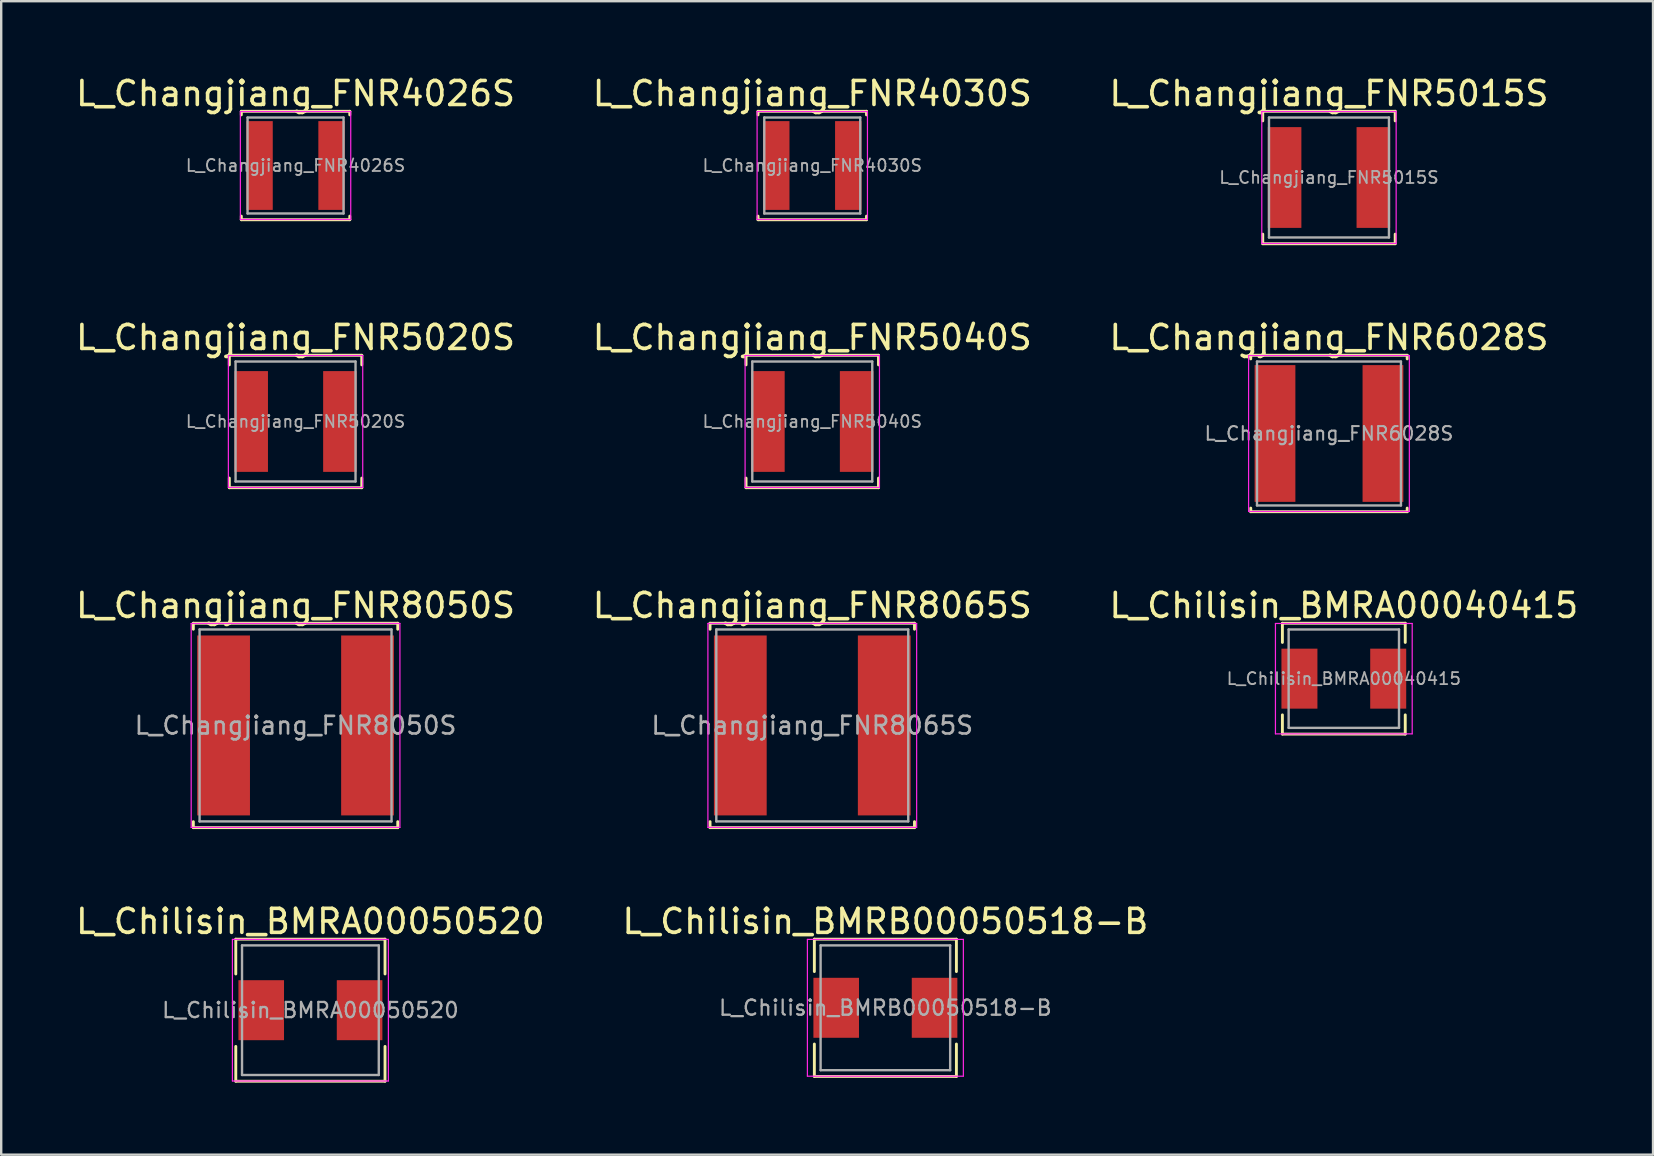
<source format=kicad_pcb>
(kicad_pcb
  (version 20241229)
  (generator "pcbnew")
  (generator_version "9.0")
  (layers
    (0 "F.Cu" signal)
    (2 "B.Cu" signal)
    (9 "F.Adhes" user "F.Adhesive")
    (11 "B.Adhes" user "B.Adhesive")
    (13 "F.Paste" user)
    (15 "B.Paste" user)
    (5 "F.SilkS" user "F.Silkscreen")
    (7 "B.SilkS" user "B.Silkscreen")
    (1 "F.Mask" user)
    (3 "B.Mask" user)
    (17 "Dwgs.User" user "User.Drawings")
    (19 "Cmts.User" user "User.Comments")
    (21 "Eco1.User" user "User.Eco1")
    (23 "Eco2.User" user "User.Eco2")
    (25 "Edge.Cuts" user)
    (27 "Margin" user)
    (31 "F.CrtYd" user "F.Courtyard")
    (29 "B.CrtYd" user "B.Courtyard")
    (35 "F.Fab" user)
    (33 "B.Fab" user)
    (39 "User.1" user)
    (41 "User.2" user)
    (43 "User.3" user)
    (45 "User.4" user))
  (footprint "L_Chilisin_BMRA00050520"
    (layer "F.Cu")
    (at 9.887 39.053)
    (property "Reference" "L_Chilisin_BMRA00050520" (at 0 -3.7 0) (layer "F.SilkS") (effects (font (size 1 1) (thickness 0.15))))
    (attr smd)
    (fp_line (start -3.11 -2.96) (end -3.11 -1.51) (stroke (width 0.12) (type solid)) (layer "F.SilkS"))
    (fp_line (start -3.11 -2.96) (end 3.11 -2.96) (stroke (width 0.12) (type solid)) (layer "F.SilkS"))
    (fp_line (start -3.11 2.96) (end -3.11 1.51) (stroke (width 0.12) (type solid)) (layer "F.SilkS"))
    (fp_line (start -3.11 2.96) (end 3.11 2.96) (stroke (width 0.12) (type solid)) (layer "F.SilkS"))
    (fp_line (start 3.11 -2.96) (end 3.11 -1.51) (stroke (width 0.12) (type solid)) (layer "F.SilkS"))
    (fp_line (start 3.11 2.96) (end 3.11 1.51) (stroke (width 0.12) (type solid)) (layer "F.SilkS"))
    (fp_line (start -3.25 -2.95) (end -3.25 2.95) (stroke (width 0.05) (type solid)) (layer "F.CrtYd"))
    (fp_line (start -3.25 2.95) (end 3.25 2.95) (stroke (width 0.05) (type solid)) (layer "F.CrtYd"))
    (fp_line (start 3.25 -2.95) (end -3.25 -2.95) (stroke (width 0.05) (type solid)) (layer "F.CrtYd"))
    (fp_line (start 3.25 2.95) (end 3.25 -2.95) (stroke (width 0.05) (type solid)) (layer "F.CrtYd"))
    (fp_line (start -2.85 -2.7) (end -2.85 2.7) (stroke (width 0.1) (type solid)) (layer "F.Fab"))
    (fp_line (start -2.85 2.7) (end 2.85 2.7) (stroke (width 0.1) (type solid)) (layer "F.Fab"))
    (fp_line (start 2.85 -2.7) (end -2.85 -2.7) (stroke (width 0.1) (type solid)) (layer "F.Fab"))
    (fp_line (start 2.85 2.7) (end 2.85 -2.7) (stroke (width 0.1) (type solid)) (layer "F.Fab"))
    (fp_text user "${REFERENCE}" (at 0 0 0) (layer "F.Fab") (effects (font (size 0.633 0.633) (thickness 0.095))))
    (pad "1" smd rect (at -2.05 0) (size 1.9 2.5) (layers "F.Cu" "F.Mask" "F.Paste"))
    (pad "2" smd rect (at 2.05 0) (size 1.9 2.5) (layers "F.Cu" "F.Mask" "F.Paste")))
  (footprint "L_Changjiang_FNR8065S"
    (layer "F.Cu")
    (at 30.804 27.185)
    (property "Reference" "L_Changjiang_FNR8065S" (at 0 -5 0) (layer "F.SilkS") (effects (font (size 1 1) (thickness 0.15))))
    (attr smd)
    (fp_line (start -4.26 -4.26) (end -4.26 -4.01) (stroke (width 0.12) (type solid)) (layer "F.SilkS"))
    (fp_line (start -4.26 -4.26) (end 4.26 -4.26) (stroke (width 0.12) (type solid)) (layer "F.SilkS"))
    (fp_line (start -4.26 4.26) (end -4.26 4.01) (stroke (width 0.12) (type solid)) (layer "F.SilkS"))
    (fp_line (start -4.26 4.26) (end 4.26 4.26) (stroke (width 0.12) (type solid)) (layer "F.SilkS"))
    (fp_line (start 4.26 -4.26) (end 4.26 -4.01) (stroke (width 0.12) (type solid)) (layer "F.SilkS"))
    (fp_line (start 4.26 4.26) (end 4.26 4.01) (stroke (width 0.12) (type solid)) (layer "F.SilkS"))
    (fp_line (start -4.35 -4.25) (end -4.35 4.25) (stroke (width 0.05) (type solid)) (layer "F.CrtYd"))
    (fp_line (start -4.35 4.25) (end 4.35 4.25) (stroke (width 0.05) (type solid)) (layer "F.CrtYd"))
    (fp_line (start 4.35 -4.25) (end -4.35 -4.25) (stroke (width 0.05) (type solid)) (layer "F.CrtYd"))
    (fp_line (start 4.35 4.25) (end 4.35 -4.25) (stroke (width 0.05) (type solid)) (layer "F.CrtYd"))
    (fp_line (start -4 -4) (end -4 4) (stroke (width 0.1) (type solid)) (layer "F.Fab"))
    (fp_line (start -4 4) (end 4 4) (stroke (width 0.1) (type solid)) (layer "F.Fab"))
    (fp_line (start 4 -4) (end -4 -4) (stroke (width 0.1) (type solid)) (layer "F.Fab"))
    (fp_line (start 4 4) (end 4 -4) (stroke (width 0.1) (type solid)) (layer "F.Fab"))
    (fp_text user "${REFERENCE}" (at 0 0 0) (layer "F.Fab") (effects (font (size 0.733 0.733) (thickness 0.11))))
    (pad "1" smd rect (at -3 0) (size 2.2 7.5) (layers "F.Cu" "F.Mask" "F.Paste"))
    (pad "2" smd rect (at 3 0) (size 2.2 7.5) (layers "F.Cu" "F.Mask" "F.Paste")))
  (footprint "L_Changjiang_FNR5040S"
    (layer "F.Cu")
    (at 30.804 14.517)
    (property "Reference" "L_Changjiang_FNR5040S" (at 0 -3.5 0) (layer "F.SilkS") (effects (font (size 1 1) (thickness 0.15))))
    (attr smd)
    (fp_line (start -2.76 -2.76) (end -2.76 -2.36) (stroke (width 0.12) (type solid)) (layer "F.SilkS"))
    (fp_line (start -2.76 -2.76) (end 2.76 -2.76) (stroke (width 0.12) (type solid)) (layer "F.SilkS"))
    (fp_line (start -2.76 2.76) (end -2.76 2.36) (stroke (width 0.12) (type solid)) (layer "F.SilkS"))
    (fp_line (start -2.76 2.76) (end 2.76 2.76) (stroke (width 0.12) (type solid)) (layer "F.SilkS"))
    (fp_line (start 2.76 -2.76) (end 2.76 -2.36) (stroke (width 0.12) (type solid)) (layer "F.SilkS"))
    (fp_line (start 2.76 2.76) (end 2.76 2.36) (stroke (width 0.12) (type solid)) (layer "F.SilkS"))
    (fp_line (start -2.8 -2.75) (end -2.8 2.75) (stroke (width 0.05) (type solid)) (layer "F.CrtYd"))
    (fp_line (start -2.8 2.75) (end 2.8 2.75) (stroke (width 0.05) (type solid)) (layer "F.CrtYd"))
    (fp_line (start 2.8 -2.75) (end -2.8 -2.75) (stroke (width 0.05) (type solid)) (layer "F.CrtYd"))
    (fp_line (start 2.8 2.75) (end 2.8 -2.75) (stroke (width 0.05) (type solid)) (layer "F.CrtYd"))
    (fp_line (start -2.5 -2.5) (end -2.5 2.5) (stroke (width 0.1) (type solid)) (layer "F.Fab"))
    (fp_line (start -2.5 2.5) (end 2.5 2.5) (stroke (width 0.1) (type solid)) (layer "F.Fab"))
    (fp_line (start 2.5 -2.5) (end -2.5 -2.5) (stroke (width 0.1) (type solid)) (layer "F.Fab"))
    (fp_line (start 2.5 2.5) (end 2.5 -2.5) (stroke (width 0.1) (type solid)) (layer "F.Fab"))
    (fp_text user "${REFERENCE}" (at 0 0 0) (layer "F.Fab") (effects (font (size 0.5 0.5) (thickness 0.075))))
    (pad "1" smd rect (at -1.85 0) (size 1.4 4.2) (layers "F.Cu" "F.Mask" "F.Paste"))
    (pad "2" smd rect (at 1.85 0) (size 1.4 4.2) (layers "F.Cu" "F.Mask" "F.Paste")))
  (footprint "L_Chilisin_BMRA00040415"
    (layer "F.Cu")
    (at 52.958 25.235)
    (property "Reference" "L_Chilisin_BMRA00040415" (at 0 -3.05 0) (layer "F.SilkS") (effects (font (size 1 1) (thickness 0.15))))
    (attr smd)
    (fp_line (start -2.56 -2.31) (end -2.56 -1.51) (stroke (width 0.12) (type solid)) (layer "F.SilkS"))
    (fp_line (start -2.56 -2.31) (end 2.56 -2.31) (stroke (width 0.12) (type solid)) (layer "F.SilkS"))
    (fp_line (start -2.56 2.31) (end -2.56 1.51) (stroke (width 0.12) (type solid)) (layer "F.SilkS"))
    (fp_line (start -2.56 2.31) (end 2.56 2.31) (stroke (width 0.12) (type solid)) (layer "F.SilkS"))
    (fp_line (start 2.56 -2.31) (end 2.56 -1.51) (stroke (width 0.12) (type solid)) (layer "F.SilkS"))
    (fp_line (start 2.56 2.31) (end 2.56 1.51) (stroke (width 0.12) (type solid)) (layer "F.SilkS"))
    (fp_line (start -2.85 -2.3) (end -2.85 2.3) (stroke (width 0.05) (type solid)) (layer "F.CrtYd"))
    (fp_line (start -2.85 2.3) (end 2.85 2.3) (stroke (width 0.05) (type solid)) (layer "F.CrtYd"))
    (fp_line (start 2.85 -2.3) (end -2.85 -2.3) (stroke (width 0.05) (type solid)) (layer "F.CrtYd"))
    (fp_line (start 2.85 2.3) (end 2.85 -2.3) (stroke (width 0.05) (type solid)) (layer "F.CrtYd"))
    (fp_line (start -2.3 -2.05) (end -2.3 2.05) (stroke (width 0.1) (type solid)) (layer "F.Fab"))
    (fp_line (start -2.3 2.05) (end 2.3 2.05) (stroke (width 0.1) (type solid)) (layer "F.Fab"))
    (fp_line (start 2.3 -2.05) (end -2.3 -2.05) (stroke (width 0.1) (type solid)) (layer "F.Fab"))
    (fp_line (start 2.3 2.05) (end 2.3 -2.05) (stroke (width 0.1) (type solid)) (layer "F.Fab"))
    (fp_text user "${REFERENCE}" (at 0 0 0) (layer "F.Fab") (effects (font (size 0.5 0.5) (thickness 0.075))))
    (pad "1" smd rect (at -1.85 0) (size 1.5 2.5) (layers "F.Cu" "F.Mask" "F.Paste"))
    (pad "2" smd rect (at 1.85 0) (size 1.5 2.5) (layers "F.Cu" "F.Mask" "F.Paste")))
  (footprint "L_Chilisin_BMRB00050518-B"
    (layer "F.Cu")
    (at 33.851 38.953)
    (property "Reference" "L_Chilisin_BMRB00050518-B" (at 0 -3.6 0) (layer "F.SilkS") (effects (font (size 1 1) (thickness 0.15))))
    (attr smd)
    (fp_line (start -2.96 -2.86) (end -2.96 -1.51) (stroke (width 0.12) (type solid)) (layer "F.SilkS"))
    (fp_line (start -2.96 -2.86) (end 2.96 -2.86) (stroke (width 0.12) (type solid)) (layer "F.SilkS"))
    (fp_line (start -2.96 2.86) (end -2.96 1.51) (stroke (width 0.12) (type solid)) (layer "F.SilkS"))
    (fp_line (start -2.96 2.86) (end 2.96 2.86) (stroke (width 0.12) (type solid)) (layer "F.SilkS"))
    (fp_line (start 2.96 -2.86) (end 2.96 -1.51) (stroke (width 0.12) (type solid)) (layer "F.SilkS"))
    (fp_line (start 2.96 2.86) (end 2.96 1.51) (stroke (width 0.12) (type solid)) (layer "F.SilkS"))
    (fp_line (start -3.25 -2.85) (end -3.25 2.85) (stroke (width 0.05) (type solid)) (layer "F.CrtYd"))
    (fp_line (start -3.25 2.85) (end 3.25 2.85) (stroke (width 0.05) (type solid)) (layer "F.CrtYd"))
    (fp_line (start 3.25 -2.85) (end -3.25 -2.85) (stroke (width 0.05) (type solid)) (layer "F.CrtYd"))
    (fp_line (start 3.25 2.85) (end 3.25 -2.85) (stroke (width 0.05) (type solid)) (layer "F.CrtYd"))
    (fp_line (start -2.7 -2.6) (end -2.7 2.6) (stroke (width 0.1) (type solid)) (layer "F.Fab"))
    (fp_line (start -2.7 2.6) (end 2.7 2.6) (stroke (width 0.1) (type solid)) (layer "F.Fab"))
    (fp_line (start 2.7 -2.6) (end -2.7 -2.6) (stroke (width 0.1) (type solid)) (layer "F.Fab"))
    (fp_line (start 2.7 2.6) (end 2.7 -2.6) (stroke (width 0.1) (type solid)) (layer "F.Fab"))
    (fp_text user "${REFERENCE}" (at 0 0 0) (layer "F.Fab") (effects (font (size 0.633 0.633) (thickness 0.095))))
    (pad "1" smd rect (at -2.05 0) (size 1.9 2.5) (layers "F.Cu" "F.Mask" "F.Paste"))
    (pad "2" smd rect (at 2.05 0) (size 1.9 2.5) (layers "F.Cu" "F.Mask" "F.Paste")))
  (footprint "L_Changjiang_FNR8050S"
    (layer "F.Cu")
    (at 9.268 27.185)
    (property "Reference" "L_Changjiang_FNR8050S" (at 0 -5 0) (layer "F.SilkS") (effects (font (size 1 1) (thickness 0.15))))
    (attr smd)
    (fp_line (start -4.26 -4.26) (end -4.26 -4.01) (stroke (width 0.12) (type solid)) (layer "F.SilkS"))
    (fp_line (start -4.26 -4.26) (end 4.26 -4.26) (stroke (width 0.12) (type solid)) (layer "F.SilkS"))
    (fp_line (start -4.26 4.26) (end -4.26 4.01) (stroke (width 0.12) (type solid)) (layer "F.SilkS"))
    (fp_line (start -4.26 4.26) (end 4.26 4.26) (stroke (width 0.12) (type solid)) (layer "F.SilkS"))
    (fp_line (start 4.26 -4.26) (end 4.26 -4.01) (stroke (width 0.12) (type solid)) (layer "F.SilkS"))
    (fp_line (start 4.26 4.26) (end 4.26 4.01) (stroke (width 0.12) (type solid)) (layer "F.SilkS"))
    (fp_line (start -4.35 -4.25) (end -4.35 4.25) (stroke (width 0.05) (type solid)) (layer "F.CrtYd"))
    (fp_line (start -4.35 4.25) (end 4.35 4.25) (stroke (width 0.05) (type solid)) (layer "F.CrtYd"))
    (fp_line (start 4.35 -4.25) (end -4.35 -4.25) (stroke (width 0.05) (type solid)) (layer "F.CrtYd"))
    (fp_line (start 4.35 4.25) (end 4.35 -4.25) (stroke (width 0.05) (type solid)) (layer "F.CrtYd"))
    (fp_line (start -4 -4) (end -4 4) (stroke (width 0.1) (type solid)) (layer "F.Fab"))
    (fp_line (start -4 4) (end 4 4) (stroke (width 0.1) (type solid)) (layer "F.Fab"))
    (fp_line (start 4 -4) (end -4 -4) (stroke (width 0.1) (type solid)) (layer "F.Fab"))
    (fp_line (start 4 4) (end 4 -4) (stroke (width 0.1) (type solid)) (layer "F.Fab"))
    (fp_text user "${REFERENCE}" (at 0 0 0) (layer "F.Fab") (effects (font (size 0.733 0.733) (thickness 0.11))))
    (pad "1" smd rect (at -3 0) (size 2.2 7.5) (layers "F.Cu" "F.Mask" "F.Paste"))
    (pad "2" smd rect (at 3 0) (size 2.2 7.5) (layers "F.Cu" "F.Mask" "F.Paste")))
  (footprint "L_Changjiang_FNR4026S"
    (layer "F.Cu")
    (at 9.268 3.848)
    (property "Reference" "L_Changjiang_FNR4026S" (at 0 -3 0) (layer "F.SilkS") (effects (font (size 1 1) (thickness 0.15))))
    (attr smd)
    (fp_line (start -2.26 -2.26) (end -2.26 -2.11) (stroke (width 0.12) (type solid)) (layer "F.SilkS"))
    (fp_line (start -2.26 -2.26) (end 2.26 -2.26) (stroke (width 0.12) (type solid)) (layer "F.SilkS"))
    (fp_line (start -2.26 2.26) (end -2.26 2.11) (stroke (width 0.12) (type solid)) (layer "F.SilkS"))
    (fp_line (start -2.26 2.26) (end 2.26 2.26) (stroke (width 0.12) (type solid)) (layer "F.SilkS"))
    (fp_line (start 2.26 -2.26) (end 2.26 -2.11) (stroke (width 0.12) (type solid)) (layer "F.SilkS"))
    (fp_line (start 2.26 2.26) (end 2.26 2.11) (stroke (width 0.12) (type solid)) (layer "F.SilkS"))
    (fp_line (start -2.3 -2.25) (end -2.3 2.25) (stroke (width 0.05) (type solid)) (layer "F.CrtYd"))
    (fp_line (start -2.3 2.25) (end 2.3 2.25) (stroke (width 0.05) (type solid)) (layer "F.CrtYd"))
    (fp_line (start 2.3 -2.25) (end -2.3 -2.25) (stroke (width 0.05) (type solid)) (layer "F.CrtYd"))
    (fp_line (start 2.3 2.25) (end 2.3 -2.25) (stroke (width 0.05) (type solid)) (layer "F.CrtYd"))
    (fp_line (start -2 -2) (end -2 2) (stroke (width 0.1) (type solid)) (layer "F.Fab"))
    (fp_line (start -2 2) (end 2 2) (stroke (width 0.1) (type solid)) (layer "F.Fab"))
    (fp_line (start 2 -2) (end -2 -2) (stroke (width 0.1) (type solid)) (layer "F.Fab"))
    (fp_line (start 2 2) (end 2 -2) (stroke (width 0.1) (type solid)) (layer "F.Fab"))
    (fp_text user "${REFERENCE}" (at 0 0 0) (layer "F.Fab") (effects (font (size 0.5 0.5) (thickness 0.075))))
    (pad "1" smd rect (at -1.5 0) (size 1.1 3.7) (layers "F.Cu" "F.Mask" "F.Paste"))
    (pad "2" smd rect (at 1.5 0) (size 1.1 3.7) (layers "F.Cu" "F.Mask" "F.Paste")))
  (footprint "L_Changjiang_FNR5015S"
    (layer "F.Cu")
    (at 52.339 4.348)
    (property "Reference" "L_Changjiang_FNR5015S" (at 0 -3.5 0) (layer "F.SilkS") (effects (font (size 1 1) (thickness 0.15))))
    (attr smd)
    (fp_line (start -2.76 -2.76) (end -2.76 -2.36) (stroke (width 0.12) (type solid)) (layer "F.SilkS"))
    (fp_line (start -2.76 -2.76) (end 2.76 -2.76) (stroke (width 0.12) (type solid)) (layer "F.SilkS"))
    (fp_line (start -2.76 2.76) (end -2.76 2.36) (stroke (width 0.12) (type solid)) (layer "F.SilkS"))
    (fp_line (start -2.76 2.76) (end 2.76 2.76) (stroke (width 0.12) (type solid)) (layer "F.SilkS"))
    (fp_line (start 2.76 -2.76) (end 2.76 -2.36) (stroke (width 0.12) (type solid)) (layer "F.SilkS"))
    (fp_line (start 2.76 2.76) (end 2.76 2.36) (stroke (width 0.12) (type solid)) (layer "F.SilkS"))
    (fp_line (start -2.8 -2.75) (end -2.8 2.75) (stroke (width 0.05) (type solid)) (layer "F.CrtYd"))
    (fp_line (start -2.8 2.75) (end 2.8 2.75) (stroke (width 0.05) (type solid)) (layer "F.CrtYd"))
    (fp_line (start 2.8 -2.75) (end -2.8 -2.75) (stroke (width 0.05) (type solid)) (layer "F.CrtYd"))
    (fp_line (start 2.8 2.75) (end 2.8 -2.75) (stroke (width 0.05) (type solid)) (layer "F.CrtYd"))
    (fp_line (start -2.5 -2.5) (end -2.5 2.5) (stroke (width 0.1) (type solid)) (layer "F.Fab"))
    (fp_line (start -2.5 2.5) (end 2.5 2.5) (stroke (width 0.1) (type solid)) (layer "F.Fab"))
    (fp_line (start 2.5 -2.5) (end -2.5 -2.5) (stroke (width 0.1) (type solid)) (layer "F.Fab"))
    (fp_line (start 2.5 2.5) (end 2.5 -2.5) (stroke (width 0.1) (type solid)) (layer "F.Fab"))
    (fp_text user "${REFERENCE}" (at 0 0 0) (layer "F.Fab") (effects (font (size 0.5 0.5) (thickness 0.075))))
    (pad "1" smd rect (at -1.85 0) (size 1.4 4.2) (layers "F.Cu" "F.Mask" "F.Paste"))
    (pad "2" smd rect (at 1.85 0) (size 1.4 4.2) (layers "F.Cu" "F.Mask" "F.Paste")))
  (footprint "L_Changjiang_FNR4030S"
    (layer "F.Cu")
    (at 30.804 3.848)
    (property "Reference" "L_Changjiang_FNR4030S" (at 0 -3 0) (layer "F.SilkS") (effects (font (size 1 1) (thickness 0.15))))
    (attr smd)
    (fp_line (start -2.26 -2.26) (end -2.26 -2.11) (stroke (width 0.12) (type solid)) (layer "F.SilkS"))
    (fp_line (start -2.26 -2.26) (end 2.26 -2.26) (stroke (width 0.12) (type solid)) (layer "F.SilkS"))
    (fp_line (start -2.26 2.26) (end -2.26 2.11) (stroke (width 0.12) (type solid)) (layer "F.SilkS"))
    (fp_line (start -2.26 2.26) (end 2.26 2.26) (stroke (width 0.12) (type solid)) (layer "F.SilkS"))
    (fp_line (start 2.26 -2.26) (end 2.26 -2.11) (stroke (width 0.12) (type solid)) (layer "F.SilkS"))
    (fp_line (start 2.26 2.26) (end 2.26 2.11) (stroke (width 0.12) (type solid)) (layer "F.SilkS"))
    (fp_line (start -2.3 -2.25) (end -2.3 2.25) (stroke (width 0.05) (type solid)) (layer "F.CrtYd"))
    (fp_line (start -2.3 2.25) (end 2.3 2.25) (stroke (width 0.05) (type solid)) (layer "F.CrtYd"))
    (fp_line (start 2.3 -2.25) (end -2.3 -2.25) (stroke (width 0.05) (type solid)) (layer "F.CrtYd"))
    (fp_line (start 2.3 2.25) (end 2.3 -2.25) (stroke (width 0.05) (type solid)) (layer "F.CrtYd"))
    (fp_line (start -2 -2) (end -2 2) (stroke (width 0.1) (type solid)) (layer "F.Fab"))
    (fp_line (start -2 2) (end 2 2) (stroke (width 0.1) (type solid)) (layer "F.Fab"))
    (fp_line (start 2 -2) (end -2 -2) (stroke (width 0.1) (type solid)) (layer "F.Fab"))
    (fp_line (start 2 2) (end 2 -2) (stroke (width 0.1) (type solid)) (layer "F.Fab"))
    (fp_text user "${REFERENCE}" (at 0 0 0) (layer "F.Fab") (effects (font (size 0.5 0.5) (thickness 0.075))))
    (pad "1" smd rect (at -1.5 0) (size 1.1 3.7) (layers "F.Cu" "F.Mask" "F.Paste"))
    (pad "2" smd rect (at 1.5 0) (size 1.1 3.7) (layers "F.Cu" "F.Mask" "F.Paste")))
  (footprint "L_Changjiang_FNR6028S"
    (layer "F.Cu")
    (at 52.339 15.017)
    (property "Reference" "L_Changjiang_FNR6028S" (at 0 -4 0) (layer "F.SilkS") (effects (font (size 1 1) (thickness 0.15))))
    (attr smd)
    (fp_line (start -3.26 -3.26) (end -3.26 -3.11) (stroke (width 0.12) (type solid)) (layer "F.SilkS"))
    (fp_line (start -3.26 -3.26) (end 3.26 -3.26) (stroke (width 0.12) (type solid)) (layer "F.SilkS"))
    (fp_line (start -3.26 3.26) (end -3.26 3.11) (stroke (width 0.12) (type solid)) (layer "F.SilkS"))
    (fp_line (start -3.26 3.26) (end 3.26 3.26) (stroke (width 0.12) (type solid)) (layer "F.SilkS"))
    (fp_line (start 3.26 -3.26) (end 3.26 -3.11) (stroke (width 0.12) (type solid)) (layer "F.SilkS"))
    (fp_line (start 3.26 3.26) (end 3.26 3.11) (stroke (width 0.12) (type solid)) (layer "F.SilkS"))
    (fp_line (start -3.35 -3.25) (end -3.35 3.25) (stroke (width 0.05) (type solid)) (layer "F.CrtYd"))
    (fp_line (start -3.35 3.25) (end 3.35 3.25) (stroke (width 0.05) (type solid)) (layer "F.CrtYd"))
    (fp_line (start 3.35 -3.25) (end -3.35 -3.25) (stroke (width 0.05) (type solid)) (layer "F.CrtYd"))
    (fp_line (start 3.35 3.25) (end 3.35 -3.25) (stroke (width 0.05) (type solid)) (layer "F.CrtYd"))
    (fp_line (start -3 -3) (end -3 3) (stroke (width 0.1) (type solid)) (layer "F.Fab"))
    (fp_line (start -3 3) (end 3 3) (stroke (width 0.1) (type solid)) (layer "F.Fab"))
    (fp_line (start 3 -3) (end -3 -3) (stroke (width 0.1) (type solid)) (layer "F.Fab"))
    (fp_line (start 3 3) (end 3 -3) (stroke (width 0.1) (type solid)) (layer "F.Fab"))
    (fp_text user "${REFERENCE}" (at 0 0 0) (layer "F.Fab") (effects (font (size 0.567 0.567) (thickness 0.085))))
    (pad "1" smd rect (at -2.25 0) (size 1.7 5.7) (layers "F.Cu" "F.Mask" "F.Paste"))
    (pad "2" smd rect (at 2.25 0) (size 1.7 5.7) (layers "F.Cu" "F.Mask" "F.Paste")))
  (footprint "L_Changjiang_FNR5020S"
    (layer "F.Cu")
    (at 9.268 14.517)
    (property "Reference" "L_Changjiang_FNR5020S" (at 0 -3.5 0) (layer "F.SilkS") (effects (font (size 1 1) (thickness 0.15))))
    (attr smd)
    (fp_line (start -2.76 -2.76) (end -2.76 -2.36) (stroke (width 0.12) (type solid)) (layer "F.SilkS"))
    (fp_line (start -2.76 -2.76) (end 2.76 -2.76) (stroke (width 0.12) (type solid)) (layer "F.SilkS"))
    (fp_line (start -2.76 2.76) (end -2.76 2.36) (stroke (width 0.12) (type solid)) (layer "F.SilkS"))
    (fp_line (start -2.76 2.76) (end 2.76 2.76) (stroke (width 0.12) (type solid)) (layer "F.SilkS"))
    (fp_line (start 2.76 -2.76) (end 2.76 -2.36) (stroke (width 0.12) (type solid)) (layer "F.SilkS"))
    (fp_line (start 2.76 2.76) (end 2.76 2.36) (stroke (width 0.12) (type solid)) (layer "F.SilkS"))
    (fp_line (start -2.8 -2.75) (end -2.8 2.75) (stroke (width 0.05) (type solid)) (layer "F.CrtYd"))
    (fp_line (start -2.8 2.75) (end 2.8 2.75) (stroke (width 0.05) (type solid)) (layer "F.CrtYd"))
    (fp_line (start 2.8 -2.75) (end -2.8 -2.75) (stroke (width 0.05) (type solid)) (layer "F.CrtYd"))
    (fp_line (start 2.8 2.75) (end 2.8 -2.75) (stroke (width 0.05) (type solid)) (layer "F.CrtYd"))
    (fp_line (start -2.5 -2.5) (end -2.5 2.5) (stroke (width 0.1) (type solid)) (layer "F.Fab"))
    (fp_line (start -2.5 2.5) (end 2.5 2.5) (stroke (width 0.1) (type solid)) (layer "F.Fab"))
    (fp_line (start 2.5 -2.5) (end -2.5 -2.5) (stroke (width 0.1) (type solid)) (layer "F.Fab"))
    (fp_line (start 2.5 2.5) (end 2.5 -2.5) (stroke (width 0.1) (type solid)) (layer "F.Fab"))
    (fp_text user "${REFERENCE}" (at 0 0 0) (layer "F.Fab") (effects (font (size 0.5 0.5) (thickness 0.075))))
    (pad "1" smd rect (at -1.85 0) (size 1.4 4.2) (layers "F.Cu" "F.Mask" "F.Paste"))
    (pad "2" smd rect (at 1.85 0) (size 1.4 4.2) (layers "F.Cu" "F.Mask" "F.Paste")))
  (gr_rect
    (start -3 -3)
    (end 65.845 45.073)
    (stroke (width 0.1) (type default))
    (fill no)
    (layer "Edge.Cuts")))
</source>
